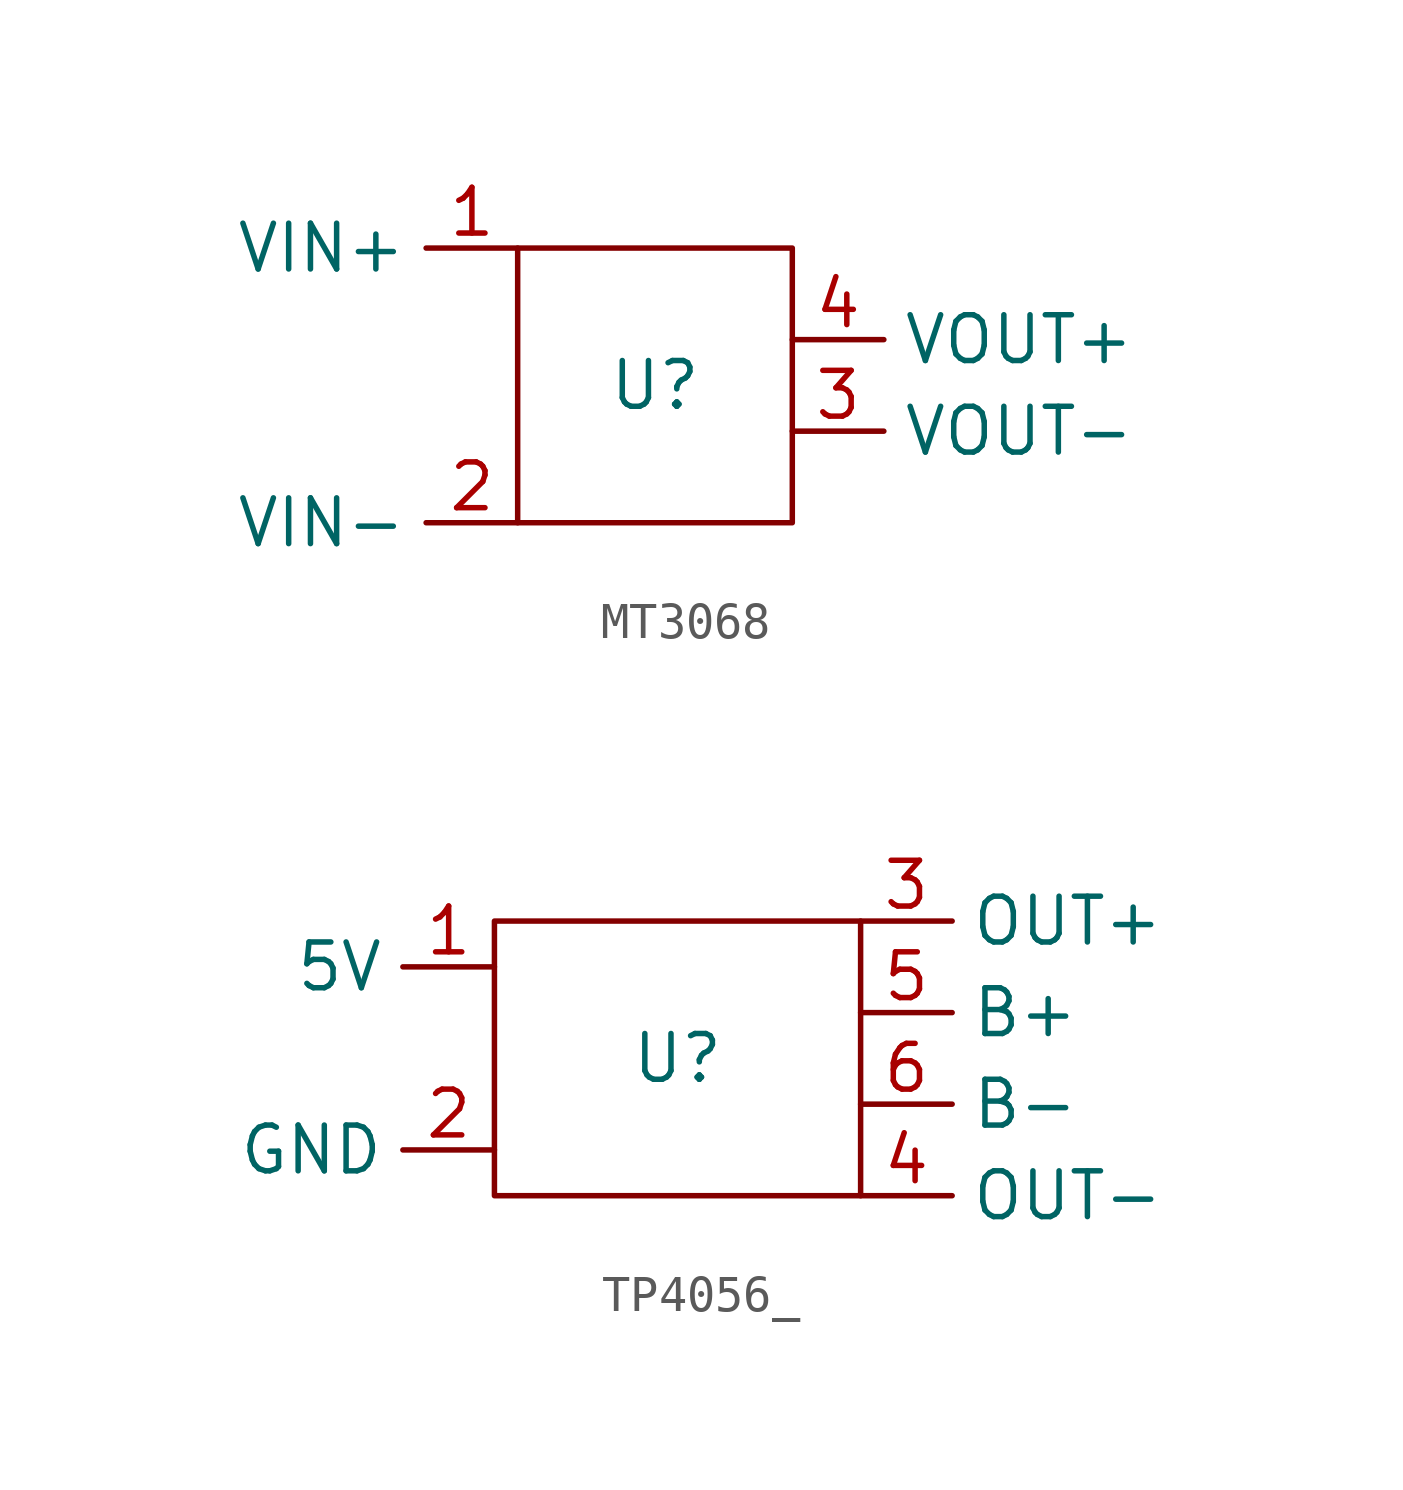
<source format=kicad_sym>
(kicad_symbol_lib
  (version 20220914)
  (generator kicad_symbol_editor)
  (symbol "MT3068"
    (property "Reference" "U"
      (at 0 0 0)
      (effects (font (size 1.27 1.27))))
    (property "Value" ""
      (at 0 0 0)
      (effects (font (size 1.27 1.27))))
    (symbol "MT3068_0_1"
      (rectangle (start -3.81 3.81) (end 3.81 -3.81) (stroke (width 0) (type default)) (fill (type none))))
    (symbol "MT3068_1_1"
      (pin power_in line (at -3.81 3.81 180) (length 2.54) (name "VIN+" (effects (font (size 1.27 1.27)))) (number "1" (effects (font (size 1.27 1.27)))))
      (pin power_in line (at -3.81 -3.81 180) (length 2.54) (name "VIN-" (effects (font (size 1.27 1.27)))) (number "2" (effects (font (size 1.27 1.27)))))
      (pin power_out line (at 3.81 -1.27 0) (length 2.54) (name "VOUT-" (effects (font (size 1.27 1.27)))) (number "3" (effects (font (size 1.27 1.27)))))
      (pin power_out line (at 3.81 1.27 0) (length 2.54) (name "VOUT+" (effects (font (size 1.27 1.27)))) (number "4" (effects (font (size 1.27 1.27)))))))
  (symbol "TP4056_"
    (property "Reference" "U"
      (at 0 0 0)
      (effects (font (size 1.27 1.27))))
    (property "Value" ""
      (at 0 0 0)
      (effects (font (size 1.27 1.27))))
    (symbol "TP4056__0_1"
      (rectangle (start -5.08 3.81) (end 5.08 -3.81) (stroke (width 0) (type default)) (fill (type none))))
    (symbol "TP4056__1_1"
      (pin power_in line (at -5.08 2.54 180) (length 2.54) (name "5V" (effects (font (size 1.27 1.27)))) (number "1" (effects (font (size 1.27 1.27)))))
      (pin power_in line (at -5.08 -2.54 180) (length 2.54) (name "GND" (effects (font (size 1.27 1.27)))) (number "2" (effects (font (size 1.27 1.27)))))
      (pin power_out line (at 5.08 3.81 0) (length 2.54) (name "OUT+" (effects (font (size 1.27 1.27)))) (number "3" (effects (font (size 1.27 1.27)))))
      (pin power_out line (at 5.08 -3.81 0) (length 2.54) (name "OUT-" (effects (font (size 1.27 1.27)))) (number "4" (effects (font (size 1.27 1.27)))))
      (pin power_in line (at 5.08 1.27 0) (length 2.54) (name "B+" (effects (font (size 1.27 1.27)))) (number "5" (effects (font (size 1.27 1.27)))))
      (pin power_in line (at 5.08 -1.27 0) (length 2.54) (name "B-" (effects (font (size 1.27 1.27)))) (number "6" (effects (font (size 1.27 1.27))))))))
</source>
